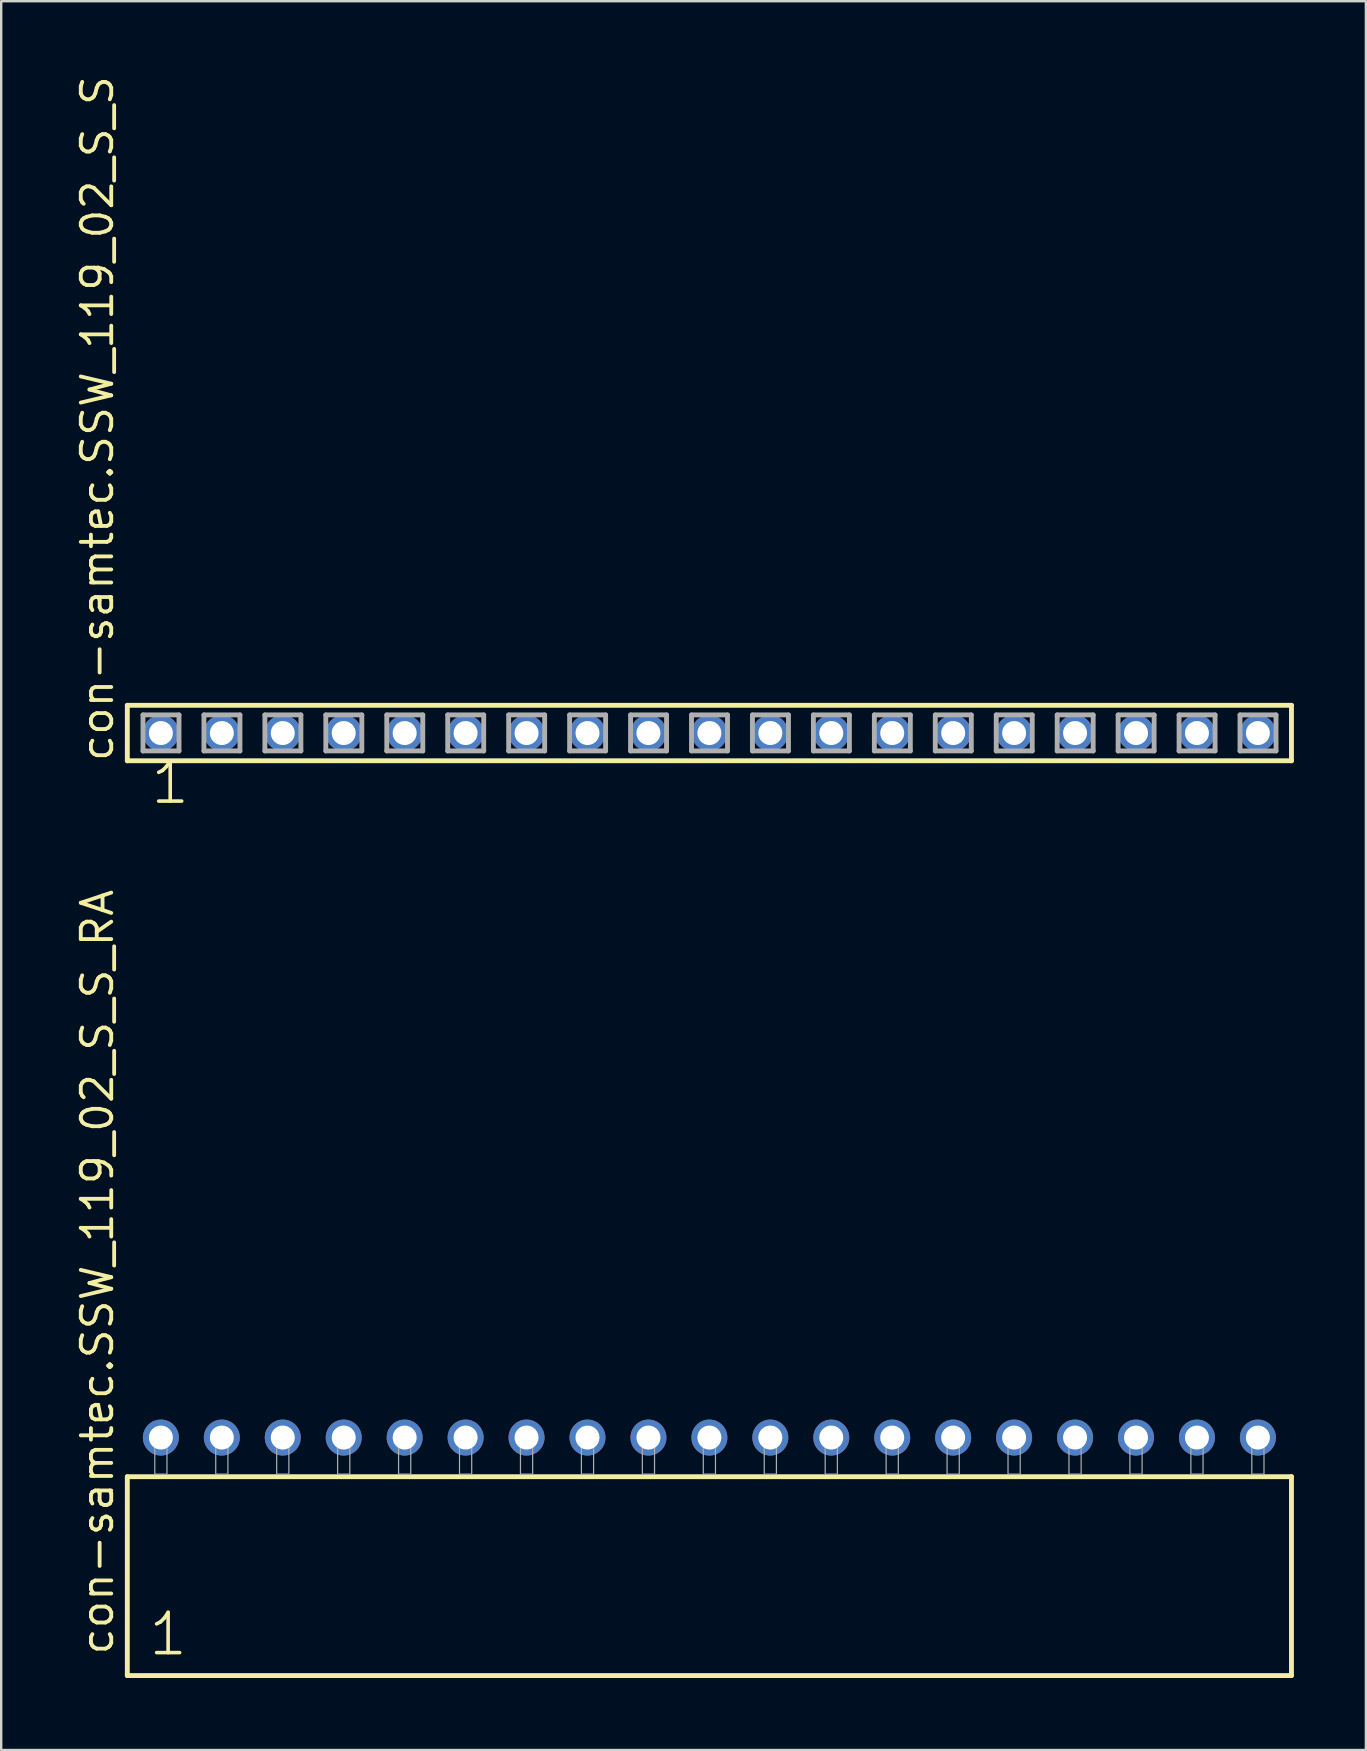
<source format=kicad_pcb>
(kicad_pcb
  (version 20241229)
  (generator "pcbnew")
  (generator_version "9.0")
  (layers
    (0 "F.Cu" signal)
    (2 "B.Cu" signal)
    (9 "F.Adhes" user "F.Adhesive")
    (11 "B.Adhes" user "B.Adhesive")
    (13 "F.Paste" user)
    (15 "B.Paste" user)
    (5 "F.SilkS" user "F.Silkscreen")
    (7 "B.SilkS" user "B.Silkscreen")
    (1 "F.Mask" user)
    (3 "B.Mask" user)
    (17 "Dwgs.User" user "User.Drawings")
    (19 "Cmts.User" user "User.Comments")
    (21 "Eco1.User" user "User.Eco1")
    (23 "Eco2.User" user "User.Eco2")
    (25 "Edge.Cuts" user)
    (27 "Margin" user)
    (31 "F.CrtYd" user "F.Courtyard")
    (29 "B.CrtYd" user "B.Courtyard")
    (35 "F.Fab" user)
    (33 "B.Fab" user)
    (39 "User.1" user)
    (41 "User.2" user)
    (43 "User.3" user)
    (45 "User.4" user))
  (footprint "con-samtec.SSW_119_02_S_S"
    (layer "F.Cu")
    (at 26.515 27.501)
    (property "Reference" "con-samtec.SSW_119_02_S_S" (at -24.765 1.27 90) (layer "F.SilkS") (effects (font (size 1.27 1.27) (thickness 0.16)) (justify left bottom)))
    (attr through_hole)
    (fp_line (start -24.259 -1.155) (end 24.259 -1.155) (stroke (width 0.203) (type default)) (layer "F.SilkS"))
    (fp_line (start -24.259 1.155) (end -24.259 -1.155) (stroke (width 0.203) (type default)) (layer "F.SilkS"))
    (fp_line (start 24.259 -1.155) (end 24.259 1.155) (stroke (width 0.203) (type default)) (layer "F.SilkS"))
    (fp_line (start 24.259 1.155) (end -24.259 1.155) (stroke (width 0.203) (type default)) (layer "F.SilkS"))
    (fp_line (start -23.605 -0.755) (end -22.105 -0.755) (stroke (width 0.203) (type default)) (layer "F.Fab"))
    (fp_line (start -23.605 0.745) (end -23.605 -0.755) (stroke (width 0.203) (type default)) (layer "F.Fab"))
    (fp_line (start -22.105 -0.755) (end -22.105 0.745) (stroke (width 0.203) (type default)) (layer "F.Fab"))
    (fp_line (start -22.105 0.745) (end -23.605 0.745) (stroke (width 0.203) (type default)) (layer "F.Fab"))
    (fp_line (start -21.065 -0.755) (end -19.565 -0.755) (stroke (width 0.203) (type default)) (layer "F.Fab"))
    (fp_line (start -21.065 0.745) (end -21.065 -0.755) (stroke (width 0.203) (type default)) (layer "F.Fab"))
    (fp_line (start -19.565 -0.755) (end -19.565 0.745) (stroke (width 0.203) (type default)) (layer "F.Fab"))
    (fp_line (start -19.565 0.745) (end -21.065 0.745) (stroke (width 0.203) (type default)) (layer "F.Fab"))
    (fp_line (start -18.525 -0.755) (end -17.025 -0.755) (stroke (width 0.203) (type default)) (layer "F.Fab"))
    (fp_line (start -18.525 0.745) (end -18.525 -0.755) (stroke (width 0.203) (type default)) (layer "F.Fab"))
    (fp_line (start -17.025 -0.755) (end -17.025 0.745) (stroke (width 0.203) (type default)) (layer "F.Fab"))
    (fp_line (start -17.025 0.745) (end -18.525 0.745) (stroke (width 0.203) (type default)) (layer "F.Fab"))
    (fp_line (start -15.985 -0.755) (end -14.485 -0.755) (stroke (width 0.203) (type default)) (layer "F.Fab"))
    (fp_line (start -15.985 0.745) (end -15.985 -0.755) (stroke (width 0.203) (type default)) (layer "F.Fab"))
    (fp_line (start -14.485 -0.755) (end -14.485 0.745) (stroke (width 0.203) (type default)) (layer "F.Fab"))
    (fp_line (start -14.485 0.745) (end -15.985 0.745) (stroke (width 0.203) (type default)) (layer "F.Fab"))
    (fp_line (start -13.445 -0.755) (end -11.945 -0.755) (stroke (width 0.203) (type default)) (layer "F.Fab"))
    (fp_line (start -13.445 0.745) (end -13.445 -0.755) (stroke (width 0.203) (type default)) (layer "F.Fab"))
    (fp_line (start -11.945 -0.755) (end -11.945 0.745) (stroke (width 0.203) (type default)) (layer "F.Fab"))
    (fp_line (start -11.945 0.745) (end -13.445 0.745) (stroke (width 0.203) (type default)) (layer "F.Fab"))
    (fp_line (start -10.905 -0.755) (end -9.405 -0.755) (stroke (width 0.203) (type default)) (layer "F.Fab"))
    (fp_line (start -10.905 0.745) (end -10.905 -0.755) (stroke (width 0.203) (type default)) (layer "F.Fab"))
    (fp_line (start -9.405 -0.755) (end -9.405 0.745) (stroke (width 0.203) (type default)) (layer "F.Fab"))
    (fp_line (start -9.405 0.745) (end -10.905 0.745) (stroke (width 0.203) (type default)) (layer "F.Fab"))
    (fp_line (start -8.365 -0.755) (end -6.865 -0.755) (stroke (width 0.203) (type default)) (layer "F.Fab"))
    (fp_line (start -8.365 0.745) (end -8.365 -0.755) (stroke (width 0.203) (type default)) (layer "F.Fab"))
    (fp_line (start -6.865 -0.755) (end -6.865 0.745) (stroke (width 0.203) (type default)) (layer "F.Fab"))
    (fp_line (start -6.865 0.745) (end -8.365 0.745) (stroke (width 0.203) (type default)) (layer "F.Fab"))
    (fp_line (start -5.825 -0.755) (end -4.325 -0.755) (stroke (width 0.203) (type default)) (layer "F.Fab"))
    (fp_line (start -5.825 0.745) (end -5.825 -0.755) (stroke (width 0.203) (type default)) (layer "F.Fab"))
    (fp_line (start -4.325 -0.755) (end -4.325 0.745) (stroke (width 0.203) (type default)) (layer "F.Fab"))
    (fp_line (start -4.325 0.745) (end -5.825 0.745) (stroke (width 0.203) (type default)) (layer "F.Fab"))
    (fp_line (start -3.285 -0.755) (end -1.785 -0.755) (stroke (width 0.203) (type default)) (layer "F.Fab"))
    (fp_line (start -3.285 0.745) (end -3.285 -0.755) (stroke (width 0.203) (type default)) (layer "F.Fab"))
    (fp_line (start -1.785 -0.755) (end -1.785 0.745) (stroke (width 0.203) (type default)) (layer "F.Fab"))
    (fp_line (start -1.785 0.745) (end -3.285 0.745) (stroke (width 0.203) (type default)) (layer "F.Fab"))
    (fp_line (start -0.745 -0.755) (end 0.755 -0.755) (stroke (width 0.203) (type default)) (layer "F.Fab"))
    (fp_line (start -0.745 0.745) (end -0.745 -0.755) (stroke (width 0.203) (type default)) (layer "F.Fab"))
    (fp_line (start 0.755 -0.755) (end 0.755 0.745) (stroke (width 0.203) (type default)) (layer "F.Fab"))
    (fp_line (start 0.755 0.745) (end -0.745 0.745) (stroke (width 0.203) (type default)) (layer "F.Fab"))
    (fp_line (start 1.795 -0.755) (end 3.295 -0.755) (stroke (width 0.203) (type default)) (layer "F.Fab"))
    (fp_line (start 1.795 0.745) (end 1.795 -0.755) (stroke (width 0.203) (type default)) (layer "F.Fab"))
    (fp_line (start 3.295 -0.755) (end 3.295 0.745) (stroke (width 0.203) (type default)) (layer "F.Fab"))
    (fp_line (start 3.295 0.745) (end 1.795 0.745) (stroke (width 0.203) (type default)) (layer "F.Fab"))
    (fp_line (start 4.335 -0.755) (end 5.835 -0.755) (stroke (width 0.203) (type default)) (layer "F.Fab"))
    (fp_line (start 4.335 0.745) (end 4.335 -0.755) (stroke (width 0.203) (type default)) (layer "F.Fab"))
    (fp_line (start 5.835 -0.755) (end 5.835 0.745) (stroke (width 0.203) (type default)) (layer "F.Fab"))
    (fp_line (start 5.835 0.745) (end 4.335 0.745) (stroke (width 0.203) (type default)) (layer "F.Fab"))
    (fp_line (start 6.875 -0.755) (end 8.375 -0.755) (stroke (width 0.203) (type default)) (layer "F.Fab"))
    (fp_line (start 6.875 0.745) (end 6.875 -0.755) (stroke (width 0.203) (type default)) (layer "F.Fab"))
    (fp_line (start 8.375 -0.755) (end 8.375 0.745) (stroke (width 0.203) (type default)) (layer "F.Fab"))
    (fp_line (start 8.375 0.745) (end 6.875 0.745) (stroke (width 0.203) (type default)) (layer "F.Fab"))
    (fp_line (start 9.415 -0.755) (end 10.915 -0.755) (stroke (width 0.203) (type default)) (layer "F.Fab"))
    (fp_line (start 9.415 0.745) (end 9.415 -0.755) (stroke (width 0.203) (type default)) (layer "F.Fab"))
    (fp_line (start 10.915 -0.755) (end 10.915 0.745) (stroke (width 0.203) (type default)) (layer "F.Fab"))
    (fp_line (start 10.915 0.745) (end 9.415 0.745) (stroke (width 0.203) (type default)) (layer "F.Fab"))
    (fp_line (start 11.955 -0.755) (end 13.455 -0.755) (stroke (width 0.203) (type default)) (layer "F.Fab"))
    (fp_line (start 11.955 0.745) (end 11.955 -0.755) (stroke (width 0.203) (type default)) (layer "F.Fab"))
    (fp_line (start 13.455 -0.755) (end 13.455 0.745) (stroke (width 0.203) (type default)) (layer "F.Fab"))
    (fp_line (start 13.455 0.745) (end 11.955 0.745) (stroke (width 0.203) (type default)) (layer "F.Fab"))
    (fp_line (start 14.495 -0.755) (end 15.995 -0.755) (stroke (width 0.203) (type default)) (layer "F.Fab"))
    (fp_line (start 14.495 0.745) (end 14.495 -0.755) (stroke (width 0.203) (type default)) (layer "F.Fab"))
    (fp_line (start 15.995 -0.755) (end 15.995 0.745) (stroke (width 0.203) (type default)) (layer "F.Fab"))
    (fp_line (start 15.995 0.745) (end 14.495 0.745) (stroke (width 0.203) (type default)) (layer "F.Fab"))
    (fp_line (start 17.035 -0.755) (end 18.535 -0.755) (stroke (width 0.203) (type default)) (layer "F.Fab"))
    (fp_line (start 17.035 0.745) (end 17.035 -0.755) (stroke (width 0.203) (type default)) (layer "F.Fab"))
    (fp_line (start 18.535 -0.755) (end 18.535 0.745) (stroke (width 0.203) (type default)) (layer "F.Fab"))
    (fp_line (start 18.535 0.745) (end 17.035 0.745) (stroke (width 0.203) (type default)) (layer "F.Fab"))
    (fp_line (start 19.575 -0.755) (end 21.075 -0.755) (stroke (width 0.203) (type default)) (layer "F.Fab"))
    (fp_line (start 19.575 0.745) (end 19.575 -0.755) (stroke (width 0.203) (type default)) (layer "F.Fab"))
    (fp_line (start 21.075 -0.755) (end 21.075 0.745) (stroke (width 0.203) (type default)) (layer "F.Fab"))
    (fp_line (start 21.075 0.745) (end 19.575 0.745) (stroke (width 0.203) (type default)) (layer "F.Fab"))
    (fp_line (start 22.115 -0.755) (end 23.615 -0.755) (stroke (width 0.203) (type default)) (layer "F.Fab"))
    (fp_line (start 22.115 0.745) (end 22.115 -0.755) (stroke (width 0.203) (type default)) (layer "F.Fab"))
    (fp_line (start 23.615 -0.755) (end 23.615 0.745) (stroke (width 0.203) (type default)) (layer "F.Fab"))
    (fp_line (start 23.615 0.745) (end 22.115 0.745) (stroke (width 0.203) (type default)) (layer "F.Fab"))
    (fp_text user "1" (at -23.368 3.048 0) (layer "F.SilkS") (effects (font (size 1.676 1.676) (thickness 0.15)) (justify left bottom)))
    (pad "1" thru_hole circle (at -22.86 0) (size 1.5 1.5) (drill 1) (layers "*.Cu" "*.Mask"))
    (pad "2" thru_hole circle (at -20.32 0) (size 1.5 1.5) (drill 1) (layers "*.Cu" "*.Mask"))
    (pad "3" thru_hole circle (at -17.78 0) (size 1.5 1.5) (drill 1) (layers "*.Cu" "*.Mask"))
    (pad "4" thru_hole circle (at -15.24 0) (size 1.5 1.5) (drill 1) (layers "*.Cu" "*.Mask"))
    (pad "5" thru_hole circle (at -12.7 0) (size 1.5 1.5) (drill 1) (layers "*.Cu" "*.Mask"))
    (pad "6" thru_hole circle (at -10.16 0) (size 1.5 1.5) (drill 1) (layers "*.Cu" "*.Mask"))
    (pad "7" thru_hole circle (at -7.62 0) (size 1.5 1.5) (drill 1) (layers "*.Cu" "*.Mask"))
    (pad "8" thru_hole circle (at -5.08 0) (size 1.5 1.5) (drill 1) (layers "*.Cu" "*.Mask"))
    (pad "9" thru_hole circle (at -2.54 0) (size 1.5 1.5) (drill 1) (layers "*.Cu" "*.Mask"))
    (pad "10" thru_hole circle (at 0 0) (size 1.5 1.5) (drill 1) (layers "*.Cu" "*.Mask"))
    (pad "11" thru_hole circle (at 2.54 0) (size 1.5 1.5) (drill 1) (layers "*.Cu" "*.Mask"))
    (pad "12" thru_hole circle (at 5.08 0) (size 1.5 1.5) (drill 1) (layers "*.Cu" "*.Mask"))
    (pad "13" thru_hole circle (at 7.62 0) (size 1.5 1.5) (drill 1) (layers "*.Cu" "*.Mask"))
    (pad "14" thru_hole circle (at 10.16 0) (size 1.5 1.5) (drill 1) (layers "*.Cu" "*.Mask"))
    (pad "15" thru_hole circle (at 12.7 0) (size 1.5 1.5) (drill 1) (layers "*.Cu" "*.Mask"))
    (pad "16" thru_hole circle (at 15.24 0) (size 1.5 1.5) (drill 1) (layers "*.Cu" "*.Mask"))
    (pad "17" thru_hole circle (at 17.78 0) (size 1.5 1.5) (drill 1) (layers "*.Cu" "*.Mask"))
    (pad "18" thru_hole circle (at 20.32 0) (size 1.5 1.5) (drill 1) (layers "*.Cu" "*.Mask"))
    (pad "19" thru_hole circle (at 22.86 0) (size 1.5 1.5) (drill 1) (layers "*.Cu" "*.Mask")))
  (footprint "con-samtec.SSW_119_02_S_S_RA"
    (layer "F.Cu")
    (at 26.515 58.387)
    (property "Reference" "con-samtec.SSW_119_02_S_S_RA" (at -24.765 7.62 90) (layer "F.SilkS") (effects (font (size 1.27 1.27) (thickness 0.16)) (justify left bottom)))
    (attr through_hole)
    (fp_line (start -24.259 0.106) (end -24.259 8.396) (stroke (width 0.203) (type default)) (layer "F.SilkS"))
    (fp_line (start -24.259 8.396) (end 24.259 8.396) (stroke (width 0.203) (type default)) (layer "F.SilkS"))
    (fp_line (start 24.259 0.106) (end -24.259 0.106) (stroke (width 0.203) (type default)) (layer "F.SilkS"))
    (fp_line (start 24.259 8.396) (end 24.259 0.106) (stroke (width 0.203) (type default)) (layer "F.SilkS"))
    (fp_rect (start -23.114 0) (end -22.606 -1.778) (stroke (width 0.05) (type default)) (fill no) (layer "F.Fab"))
    (fp_rect (start -20.574 0) (end -20.066 -1.778) (stroke (width 0.05) (type default)) (fill no) (layer "F.Fab"))
    (fp_rect (start -18.034 0) (end -17.526 -1.778) (stroke (width 0.05) (type default)) (fill no) (layer "F.Fab"))
    (fp_rect (start -15.494 0) (end -14.986 -1.778) (stroke (width 0.05) (type default)) (fill no) (layer "F.Fab"))
    (fp_rect (start -12.954 0) (end -12.446 -1.778) (stroke (width 0.05) (type default)) (fill no) (layer "F.Fab"))
    (fp_rect (start -10.414 0) (end -9.906 -1.778) (stroke (width 0.05) (type default)) (fill no) (layer "F.Fab"))
    (fp_rect (start -7.874 0) (end -7.366 -1.778) (stroke (width 0.05) (type default)) (fill no) (layer "F.Fab"))
    (fp_rect (start -5.334 0) (end -4.826 -1.778) (stroke (width 0.05) (type default)) (fill no) (layer "F.Fab"))
    (fp_rect (start -2.794 0) (end -2.286 -1.778) (stroke (width 0.05) (type default)) (fill no) (layer "F.Fab"))
    (fp_rect (start -0.254 0) (end 0.254 -1.778) (stroke (width 0.05) (type default)) (fill no) (layer "F.Fab"))
    (fp_rect (start 2.286 0) (end 2.794 -1.778) (stroke (width 0.05) (type default)) (fill no) (layer "F.Fab"))
    (fp_rect (start 4.826 0) (end 5.334 -1.778) (stroke (width 0.05) (type default)) (fill no) (layer "F.Fab"))
    (fp_rect (start 7.366 0) (end 7.874 -1.778) (stroke (width 0.05) (type default)) (fill no) (layer "F.Fab"))
    (fp_rect (start 9.906 0) (end 10.414 -1.778) (stroke (width 0.05) (type default)) (fill no) (layer "F.Fab"))
    (fp_rect (start 12.446 0) (end 12.954 -1.778) (stroke (width 0.05) (type default)) (fill no) (layer "F.Fab"))
    (fp_rect (start 14.986 0) (end 15.494 -1.778) (stroke (width 0.05) (type default)) (fill no) (layer "F.Fab"))
    (fp_rect (start 17.526 0) (end 18.034 -1.778) (stroke (width 0.05) (type default)) (fill no) (layer "F.Fab"))
    (fp_rect (start 20.066 0) (end 20.574 -1.778) (stroke (width 0.05) (type default)) (fill no) (layer "F.Fab"))
    (fp_rect (start 22.606 0) (end 23.114 -1.778) (stroke (width 0.05) (type default)) (fill no) (layer "F.Fab"))
    (fp_text user "1" (at -23.455 7.65 0) (layer "F.SilkS") (effects (font (size 1.676 1.676) (thickness 0.15)) (justify left bottom)))
    (pad "1" thru_hole circle (at -22.86 -1.524) (size 1.5 1.5) (drill 1) (layers "*.Cu" "*.Mask"))
    (pad "2" thru_hole circle (at -20.32 -1.524) (size 1.5 1.5) (drill 1) (layers "*.Cu" "*.Mask"))
    (pad "3" thru_hole circle (at -17.78 -1.524) (size 1.5 1.5) (drill 1) (layers "*.Cu" "*.Mask"))
    (pad "4" thru_hole circle (at -15.24 -1.524) (size 1.5 1.5) (drill 1) (layers "*.Cu" "*.Mask"))
    (pad "5" thru_hole circle (at -12.7 -1.524) (size 1.5 1.5) (drill 1) (layers "*.Cu" "*.Mask"))
    (pad "6" thru_hole circle (at -10.16 -1.524) (size 1.5 1.5) (drill 1) (layers "*.Cu" "*.Mask"))
    (pad "7" thru_hole circle (at -7.62 -1.524) (size 1.5 1.5) (drill 1) (layers "*.Cu" "*.Mask"))
    (pad "8" thru_hole circle (at -5.08 -1.524) (size 1.5 1.5) (drill 1) (layers "*.Cu" "*.Mask"))
    (pad "9" thru_hole circle (at -2.54 -1.524) (size 1.5 1.5) (drill 1) (layers "*.Cu" "*.Mask"))
    (pad "10" thru_hole circle (at 0 -1.524) (size 1.5 1.5) (drill 1) (layers "*.Cu" "*.Mask"))
    (pad "11" thru_hole circle (at 2.54 -1.524) (size 1.5 1.5) (drill 1) (layers "*.Cu" "*.Mask"))
    (pad "12" thru_hole circle (at 5.08 -1.524) (size 1.5 1.5) (drill 1) (layers "*.Cu" "*.Mask"))
    (pad "13" thru_hole circle (at 7.62 -1.524) (size 1.5 1.5) (drill 1) (layers "*.Cu" "*.Mask"))
    (pad "14" thru_hole circle (at 10.16 -1.524) (size 1.5 1.5) (drill 1) (layers "*.Cu" "*.Mask"))
    (pad "15" thru_hole circle (at 12.7 -1.524) (size 1.5 1.5) (drill 1) (layers "*.Cu" "*.Mask"))
    (pad "16" thru_hole circle (at 15.24 -1.524) (size 1.5 1.5) (drill 1) (layers "*.Cu" "*.Mask"))
    (pad "17" thru_hole circle (at 17.78 -1.524) (size 1.5 1.5) (drill 1) (layers "*.Cu" "*.Mask"))
    (pad "18" thru_hole circle (at 20.32 -1.524) (size 1.5 1.5) (drill 1) (layers "*.Cu" "*.Mask"))
    (pad "19" thru_hole circle (at 22.86 -1.524) (size 1.5 1.5) (drill 1) (layers "*.Cu" "*.Mask")))
  (gr_rect
    (start -3 -3)
    (end 53.876 69.885)
    (stroke (width 0.1) (type default))
    (fill no)
    (layer "Edge.Cuts")))
</source>
